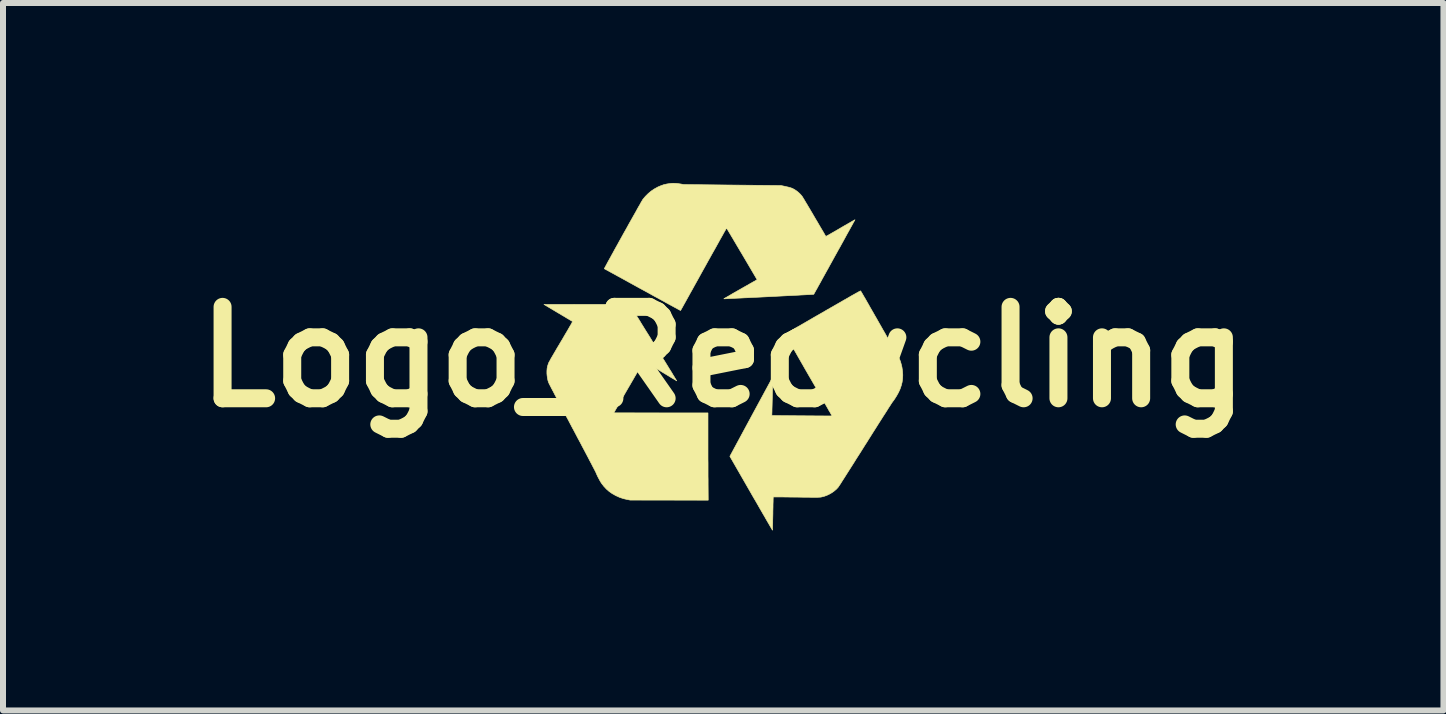
<source format=kicad_pcb>
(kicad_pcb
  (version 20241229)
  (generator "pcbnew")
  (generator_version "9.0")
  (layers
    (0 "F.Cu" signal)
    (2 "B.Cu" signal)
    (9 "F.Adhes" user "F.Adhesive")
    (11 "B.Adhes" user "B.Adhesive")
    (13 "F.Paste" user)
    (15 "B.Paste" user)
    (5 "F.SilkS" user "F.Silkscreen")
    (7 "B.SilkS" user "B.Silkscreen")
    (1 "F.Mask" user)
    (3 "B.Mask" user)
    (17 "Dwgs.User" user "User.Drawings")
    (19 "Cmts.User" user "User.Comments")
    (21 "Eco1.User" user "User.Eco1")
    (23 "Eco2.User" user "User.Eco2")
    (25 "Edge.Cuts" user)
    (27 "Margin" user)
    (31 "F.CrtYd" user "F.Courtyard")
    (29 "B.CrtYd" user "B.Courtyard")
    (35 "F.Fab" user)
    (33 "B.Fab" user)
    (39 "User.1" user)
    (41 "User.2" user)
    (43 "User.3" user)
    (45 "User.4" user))
  (footprint "Logo_Recycling"
    (layer "F.Cu")
    (at 9.006 2.9)
    (property "Reference" "Logo_Recycling" (at 0 0 0) (layer "F.SilkS") (effects (font (size 1.524 1.524) (thickness 0.3))))
    (attr exclude_from_pos_files exclude_from_bom)
    (fp_poly (pts (xy -1.871 -0.876) (xy -1.823 -0.876) (xy -1.779 -0.876) (xy -1.74 -0.875) (xy -1.706 -0.875) (xy -1.676 -0.875) (xy -1.65 -0.875) (xy -1.627 -0.875) (xy -1.608 -0.875) (xy -1.593 -0.874) (xy -1.581 -0.874) (xy -1.572 -0.874) (xy -1.566 -0.873) (xy -1.562 -0.873) (xy -1.56 -0.872) (xy -1.558 -0.869) (xy -1.553 -0.861) (xy -1.545 -0.848) (xy -1.534 -0.83) (xy -1.52 -0.809) (xy -1.504 -0.783) (xy -1.486 -0.754) (xy -1.466 -0.721) (xy -1.444 -0.685) (xy -1.42 -0.647) (xy -1.394 -0.606) (xy -1.368 -0.562) (xy -1.34 -0.517) (xy -1.311 -0.47) (xy -1.281 -0.422) (xy -1.25 -0.373) (xy -1.219 -0.323) (xy -1.188 -0.272) (xy -1.157 -0.221) (xy -1.126 -0.171) (xy -1.095 -0.121) (xy -1.064 -0.071) (xy -1.034 -0.022) (xy -1.005 0.025) (xy -0.976 0.071) (xy -0.949 0.115) (xy -0.923 0.157) (xy -0.899 0.197) (xy -0.876 0.233) (xy -0.855 0.267) (xy -0.837 0.298) (xy -0.82 0.325) (xy -0.806 0.349) (xy -0.794 0.368) (xy -0.785 0.383) (xy -0.779 0.393) (xy -0.776 0.398) (xy -0.775 0.398) (xy -0.778 0.397) (xy -0.786 0.392) (xy -0.798 0.385) (xy -0.815 0.375) (xy -0.836 0.362) (xy -0.861 0.348) (xy -0.888 0.331) (xy -0.919 0.312) (xy -0.952 0.292) (xy -0.987 0.271) (xy -1.024 0.249) (xy -1.049 0.233) (xy -1.087 0.21) (xy -1.124 0.188) (xy -1.158 0.167) (xy -1.191 0.148) (xy -1.22 0.13) (xy -1.247 0.114) (xy -1.27 0.1) (xy -1.29 0.088) (xy -1.305 0.079) (xy -1.316 0.073) (xy -1.322 0.069) (xy -1.324 0.069) (xy -1.325 0.071) (xy -1.33 0.079) (xy -1.338 0.092) (xy -1.348 0.11) (xy -1.361 0.132) (xy -1.376 0.158) (xy -1.393 0.187) (xy -1.412 0.22) (xy -1.433 0.256) (xy -1.456 0.296) (xy -1.48 0.337) (xy -1.505 0.381) (xy -1.532 0.427) (xy -1.559 0.474) (xy -1.575 0.501) (xy -1.824 0.932) (xy -1.039 0.933) (xy -0.254 0.933) (xy -0.254 1.396) (xy -0.254 1.456) (xy -0.254 1.517) (xy -0.254 1.579) (xy -0.254 1.642) (xy -0.254 1.705) (xy -0.253 1.767) (xy -0.253 1.827) (xy -0.253 1.886) (xy -0.253 1.941) (xy -0.253 1.993) (xy -0.252 2.04) (xy -0.252 2.083) (xy -0.252 2.12) (xy -0.252 2.123) (xy -0.25 2.388) (xy -0.897 2.387) (xy -0.961 2.387) (xy -1.023 2.387) (xy -1.083 2.387) (xy -1.141 2.387) (xy -1.197 2.387) (xy -1.249 2.387) (xy -1.298 2.387) (xy -1.344 2.387) (xy -1.387 2.386) (xy -1.425 2.386) (xy -1.458 2.386) (xy -1.487 2.386) (xy -1.512 2.386) (xy -1.53 2.386) (xy -1.544 2.386) (xy -1.551 2.386) (xy -1.553 2.386) (xy -1.608 2.375) (xy -1.66 2.363) (xy -1.71 2.347) (xy -1.734 2.338) (xy -1.793 2.311) (xy -1.848 2.28) (xy -1.9 2.244) (xy -1.947 2.203) (xy -1.989 2.158) (xy -2.028 2.108) (xy -2.048 2.076) (xy -2.059 2.057) (xy -2.071 2.034) (xy -2.084 2.01) (xy -2.096 1.986) (xy -2.107 1.962) (xy -2.116 1.942) (xy -2.122 1.928) (xy -2.124 1.922) (xy -2.13 1.911) (xy -2.138 1.895) (xy -2.149 1.874) (xy -2.163 1.847) (xy -2.179 1.817) (xy -2.197 1.781) (xy -2.218 1.742) (xy -2.241 1.698) (xy -2.266 1.65) (xy -2.293 1.599) (xy -2.322 1.544) (xy -2.353 1.486) (xy -2.385 1.424) (xy -2.42 1.36) (xy -2.455 1.293) (xy -2.492 1.223) (xy -2.517 1.177) (xy -2.55 1.114) (xy -2.583 1.051) (xy -2.616 0.991) (xy -2.647 0.932) (xy -2.677 0.875) (xy -2.706 0.82) (xy -2.733 0.768) (xy -2.759 0.719) (xy -2.784 0.672) (xy -2.807 0.629) (xy -2.827 0.589) (xy -2.846 0.554) (xy -2.863 0.522) (xy -2.877 0.494) (xy -2.889 0.471) (xy -2.899 0.452) (xy -2.905 0.439) (xy -2.909 0.431) (xy -2.91 0.428) (xy -2.922 0.393) (xy -2.93 0.353) (xy -2.936 0.311) (xy -2.939 0.276) (xy -2.939 0.233) (xy -2.936 0.194) (xy -2.929 0.156) (xy -2.917 0.119) (xy -2.909 0.097) (xy -2.905 0.089) (xy -2.898 0.077) (xy -2.888 0.059) (xy -2.876 0.036) (xy -2.86 0.008) (xy -2.841 -0.024) (xy -2.82 -0.06) (xy -2.796 -0.101) (xy -2.77 -0.146) (xy -2.741 -0.194) (xy -2.71 -0.247) (xy -2.702 -0.26) (xy -2.671 -0.312) (xy -2.644 -0.359) (xy -2.619 -0.401) (xy -2.597 -0.438) (xy -2.578 -0.471) (xy -2.562 -0.499) (xy -2.548 -0.523) (xy -2.536 -0.543) (xy -2.527 -0.559) (xy -2.521 -0.572) (xy -2.516 -0.581) (xy -2.513 -0.587) (xy -2.512 -0.59) (xy -2.512 -0.591) (xy -2.515 -0.593) (xy -2.524 -0.598) (xy -2.537 -0.606) (xy -2.554 -0.616) (xy -2.575 -0.629) (xy -2.6 -0.643) (xy -2.627 -0.66) (xy -2.657 -0.678) (xy -2.69 -0.697) (xy -2.724 -0.718) (xy -2.752 -0.734) (xy -2.988 -0.875) (xy -2.276 -0.876) (xy -2.194 -0.876) (xy -2.118 -0.876) (xy -2.048 -0.876) (xy -1.984 -0.876) (xy -1.925 -0.876) (xy -1.871 -0.876)) (stroke (width 0.01) (type solid)) (fill yes) (layer "F.SilkS"))
    (fp_poly (pts (xy -0.804 -2.894) (xy -0.771 -2.892) (xy -0.736 -2.887) (xy -0.709 -2.883) (xy -0.659 -2.874) (xy 0.152 -2.865) (xy 0.964 -2.857) (xy 1.018 -2.846) (xy 1.052 -2.838) (xy 1.081 -2.832) (xy 1.105 -2.825) (xy 1.127 -2.819) (xy 1.146 -2.812) (xy 1.163 -2.804) (xy 1.18 -2.795) (xy 1.198 -2.784) (xy 1.216 -2.772) (xy 1.234 -2.759) (xy 1.254 -2.742) (xy 1.274 -2.724) (xy 1.293 -2.704) (xy 1.309 -2.685) (xy 1.318 -2.673) (xy 1.322 -2.668) (xy 1.328 -2.657) (xy 1.337 -2.642) (xy 1.349 -2.623) (xy 1.363 -2.599) (xy 1.379 -2.572) (xy 1.398 -2.541) (xy 1.417 -2.508) (xy 1.439 -2.472) (xy 1.461 -2.434) (xy 1.485 -2.394) (xy 1.509 -2.352) (xy 1.521 -2.332) (xy 1.545 -2.291) (xy 1.569 -2.251) (xy 1.591 -2.213) (xy 1.612 -2.177) (xy 1.632 -2.143) (xy 1.65 -2.113) (xy 1.666 -2.086) (xy 1.68 -2.062) (xy 1.691 -2.042) (xy 1.7 -2.027) (xy 1.707 -2.016) (xy 1.71 -2.01) (xy 1.711 -2.009) (xy 1.714 -2.011) (xy 1.722 -2.015) (xy 1.735 -2.022) (xy 1.752 -2.031) (xy 1.773 -2.043) (xy 1.797 -2.057) (xy 1.825 -2.073) (xy 1.855 -2.09) (xy 1.888 -2.109) (xy 1.922 -2.129) (xy 1.954 -2.148) (xy 1.99 -2.169) (xy 2.024 -2.189) (xy 2.057 -2.207) (xy 2.087 -2.225) (xy 2.114 -2.24) (xy 2.138 -2.254) (xy 2.158 -2.266) (xy 2.175 -2.275) (xy 2.187 -2.282) (xy 2.194 -2.286) (xy 2.196 -2.287) (xy 2.195 -2.285) (xy 2.191 -2.277) (xy 2.184 -2.264) (xy 2.174 -2.246) (xy 2.162 -2.224) (xy 2.148 -2.198) (xy 2.131 -2.168) (xy 2.113 -2.135) (xy 2.093 -2.099) (xy 2.071 -2.06) (xy 2.048 -2.018) (xy 2.024 -1.974) (xy 1.999 -1.928) (xy 1.973 -1.881) (xy 1.946 -1.832) (xy 1.918 -1.783) (xy 1.89 -1.732) (xy 1.862 -1.682) (xy 1.834 -1.631) (xy 1.806 -1.58) (xy 1.778 -1.53) (xy 1.751 -1.48) (xy 1.724 -1.432) (xy 1.698 -1.385) (xy 1.673 -1.34) (xy 1.649 -1.297) (xy 1.627 -1.256) (xy 1.606 -1.218) (xy 1.586 -1.183) (xy 1.569 -1.151) (xy 1.553 -1.123) (xy 1.539 -1.098) (xy 1.528 -1.078) (xy 1.519 -1.062) (xy 1.513 -1.051) (xy 1.509 -1.045) (xy 1.508 -1.044) (xy 1.505 -1.043) (xy 1.496 -1.043) (xy 1.481 -1.042) (xy 1.461 -1.041) (xy 1.435 -1.039) (xy 1.405 -1.038) (xy 1.371 -1.036) (xy 1.333 -1.034) (xy 1.291 -1.032) (xy 1.246 -1.029) (xy 1.198 -1.027) (xy 1.147 -1.024) (xy 1.094 -1.022) (xy 1.039 -1.019) (xy 0.982 -1.016) (xy 0.924 -1.013) (xy 0.866 -1.01) (xy 0.806 -1.007) (xy 0.746 -1.004) (xy 0.687 -1.001) (xy 0.628 -0.998) (xy 0.569 -0.995) (xy 0.512 -0.993) (xy 0.456 -0.99) (xy 0.402 -0.987) (xy 0.35 -0.985) (xy 0.3 -0.982) (xy 0.253 -0.98) (xy 0.209 -0.978) (xy 0.169 -0.976) (xy 0.132 -0.974) (xy 0.1 -0.973) (xy 0.072 -0.971) (xy 0.049 -0.97) (xy 0.031 -0.97) (xy 0.018 -0.969) (xy 0.012 -0.969) (xy 0.011 -0.969) (xy 0.013 -0.971) (xy 0.02 -0.975) (xy 0.032 -0.983) (xy 0.049 -0.992) (xy 0.069 -1.004) (xy 0.094 -1.018) (xy 0.121 -1.034) (xy 0.151 -1.052) (xy 0.184 -1.071) (xy 0.22 -1.091) (xy 0.256 -1.112) (xy 0.269 -1.119) (xy 0.307 -1.141) (xy 0.344 -1.162) (xy 0.379 -1.182) (xy 0.412 -1.2) (xy 0.442 -1.218) (xy 0.469 -1.233) (xy 0.493 -1.247) (xy 0.513 -1.258) (xy 0.53 -1.267) (xy 0.541 -1.274) (xy 0.547 -1.278) (xy 0.548 -1.278) (xy 0.565 -1.288) (xy 0.312 -1.718) (xy 0.283 -1.766) (xy 0.256 -1.812) (xy 0.229 -1.857) (xy 0.204 -1.9) (xy 0.18 -1.94) (xy 0.158 -1.978) (xy 0.137 -2.012) (xy 0.119 -2.044) (xy 0.102 -2.071) (xy 0.088 -2.095) (xy 0.076 -2.115) (xy 0.066 -2.13) (xy 0.06 -2.141) (xy 0.056 -2.147) (xy 0.055 -2.148) (xy 0.054 -2.145) (xy 0.049 -2.137) (xy 0.041 -2.123) (xy 0.031 -2.105) (xy 0.018 -2.083) (xy 0.003 -2.056) (xy -0.014 -2.025) (xy -0.034 -1.99) (xy -0.056 -1.951) (xy -0.079 -1.909) (xy -0.104 -1.864) (xy -0.131 -1.815) (xy -0.16 -1.764) (xy -0.19 -1.711) (xy -0.221 -1.655) (xy -0.253 -1.598) (xy -0.286 -1.538) (xy -0.32 -1.477) (xy -0.329 -1.461) (xy -0.363 -1.4) (xy -0.396 -1.34) (xy -0.428 -1.282) (xy -0.46 -1.225) (xy -0.49 -1.171) (xy -0.518 -1.12) (xy -0.546 -1.071) (xy -0.571 -1.025) (xy -0.595 -0.982) (xy -0.617 -0.942) (xy -0.637 -0.906) (xy -0.655 -0.874) (xy -0.671 -0.845) (xy -0.684 -0.822) (xy -0.695 -0.802) (xy -0.703 -0.788) (xy -0.709 -0.778) (xy -0.711 -0.774) (xy -0.711 -0.774) (xy -0.714 -0.775) (xy -0.722 -0.779) (xy -0.736 -0.787) (xy -0.754 -0.796) (xy -0.776 -0.809) (xy -0.803 -0.823) (xy -0.834 -0.84) (xy -0.869 -0.859) (xy -0.908 -0.88) (xy -0.95 -0.903) (xy -0.994 -0.928) (xy -1.042 -0.954) (xy -1.092 -0.982) (xy -1.145 -1.01) (xy -1.2 -1.041) (xy -1.256 -1.072) (xy -1.315 -1.104) (xy -1.346 -1.121) (xy -1.405 -1.153) (xy -1.463 -1.185) (xy -1.519 -1.216) (xy -1.572 -1.245) (xy -1.624 -1.274) (xy -1.673 -1.301) (xy -1.72 -1.327) (xy -1.763 -1.35) (xy -1.804 -1.373) (xy -1.841 -1.393) (xy -1.874 -1.411) (xy -1.903 -1.427) (xy -1.928 -1.441) (xy -1.949 -1.452) (xy -1.965 -1.461) (xy -1.976 -1.467) (xy -1.982 -1.47) (xy -1.982 -1.471) (xy -1.981 -1.474) (xy -1.977 -1.482) (xy -1.97 -1.495) (xy -1.961 -1.512) (xy -1.949 -1.534) (xy -1.935 -1.56) (xy -1.919 -1.59) (xy -1.901 -1.622) (xy -1.881 -1.658) (xy -1.86 -1.697) (xy -1.837 -1.738) (xy -1.814 -1.781) (xy -1.789 -1.826) (xy -1.763 -1.872) (xy -1.737 -1.92) (xy -1.71 -1.968) (xy -1.683 -2.017) (xy -1.656 -2.066) (xy -1.628 -2.115) (xy -1.601 -2.163) (xy -1.575 -2.211) (xy -1.549 -2.257) (xy -1.523 -2.303) (xy -1.499 -2.346) (xy -1.475 -2.388) (xy -1.453 -2.427) (xy -1.433 -2.464) (xy -1.414 -2.498) (xy -1.396 -2.528) (xy -1.381 -2.555) (xy -1.368 -2.579) (xy -1.357 -2.597) (xy -1.348 -2.612) (xy -1.343 -2.621) (xy -1.34 -2.626) (xy -1.297 -2.677) (xy -1.251 -2.723) (xy -1.202 -2.764) (xy -1.149 -2.8) (xy -1.094 -2.83) (xy -1.094 -2.831) (xy -1.042 -2.853) (xy -0.992 -2.871) (xy -0.94 -2.883) (xy -0.885 -2.891) (xy -0.87 -2.893) (xy -0.837 -2.895) (xy -0.804 -2.894)) (stroke (width 0.01) (type solid)) (fill yes) (layer "F.SilkS"))
    (fp_poly (pts (xy 2.291 -1.101) (xy 2.293 -1.097) (xy 2.298 -1.089) (xy 2.306 -1.075) (xy 2.317 -1.057) (xy 2.33 -1.034) (xy 2.345 -1.008) (xy 2.363 -0.978) (xy 2.382 -0.945) (xy 2.403 -0.908) (xy 2.425 -0.87) (xy 2.448 -0.828) (xy 2.473 -0.785) (xy 2.499 -0.74) (xy 2.525 -0.694) (xy 2.553 -0.646) (xy 2.58 -0.598) (xy 2.608 -0.549) (xy 2.636 -0.5) (xy 2.663 -0.452) (xy 2.691 -0.404) (xy 2.718 -0.356) (xy 2.744 -0.31) (xy 2.769 -0.266) (xy 2.793 -0.223) (xy 2.816 -0.182) (xy 2.838 -0.144) (xy 2.858 -0.108) (xy 2.877 -0.076) (xy 2.893 -0.047) (xy 2.907 -0.021) (xy 2.919 -0.000129) (xy 2.929 0.017) (xy 2.935 0.029) (xy 2.939 0.037) (xy 2.94 0.039) (xy 2.954 0.075) (xy 2.966 0.116) (xy 2.976 0.156) (xy 2.98 0.174) (xy 2.989 0.239) (xy 2.993 0.301) (xy 2.99 0.362) (xy 2.982 0.422) (xy 2.967 0.48) (xy 2.947 0.538) (xy 2.92 0.596) (xy 2.888 0.653) (xy 2.874 0.674) (xy 2.864 0.691) (xy 2.855 0.704) (xy 2.848 0.715) (xy 2.841 0.725) (xy 2.834 0.734) (xy 2.825 0.745) (xy 2.824 0.746) (xy 2.821 0.751) (xy 2.814 0.761) (xy 2.804 0.776) (xy 2.791 0.796) (xy 2.776 0.82) (xy 2.757 0.848) (xy 2.737 0.881) (xy 2.714 0.917) (xy 2.689 0.956) (xy 2.661 0.999) (xy 2.632 1.045) (xy 2.601 1.093) (xy 2.569 1.144) (xy 2.535 1.198) (xy 2.5 1.253) (xy 2.464 1.31) (xy 2.427 1.369) (xy 2.389 1.43) (xy 2.369 1.46) (xy 2.331 1.521) (xy 2.294 1.58) (xy 2.257 1.638) (xy 2.221 1.694) (xy 2.187 1.749) (xy 2.154 1.801) (xy 2.123 1.85) (xy 2.093 1.897) (xy 2.065 1.941) (xy 2.039 1.982) (xy 2.015 2.02) (xy 1.993 2.054) (xy 1.974 2.084) (xy 1.958 2.11) (xy 1.944 2.131) (xy 1.932 2.148) (xy 1.924 2.161) (xy 1.919 2.168) (xy 1.918 2.17) (xy 1.888 2.203) (xy 1.852 2.234) (xy 1.812 2.263) (xy 1.77 2.287) (xy 1.726 2.308) (xy 1.681 2.324) (xy 1.637 2.335) (xy 1.636 2.335) (xy 1.63 2.336) (xy 1.624 2.337) (xy 1.617 2.338) (xy 1.609 2.338) (xy 1.599 2.339) (xy 1.588 2.339) (xy 1.574 2.34) (xy 1.558 2.34) (xy 1.538 2.34) (xy 1.516 2.34) (xy 1.49 2.34) (xy 1.461 2.34) (xy 1.427 2.339) (xy 1.388 2.339) (xy 1.345 2.339) (xy 1.297 2.338) (xy 1.243 2.337) (xy 1.183 2.337) (xy 1.15 2.336) (xy 1.106 2.336) (xy 1.064 2.335) (xy 1.024 2.335) (xy 0.986 2.334) (xy 0.952 2.334) (xy 0.921 2.334) (xy 0.894 2.334) (xy 0.872 2.334) (xy 0.854 2.334) (xy 0.842 2.334) (xy 0.835 2.334) (xy 0.834 2.334) (xy 0.834 2.337) (xy 0.833 2.346) (xy 0.833 2.361) (xy 0.832 2.381) (xy 0.832 2.405) (xy 0.831 2.433) (xy 0.83 2.465) (xy 0.83 2.5) (xy 0.829 2.537) (xy 0.828 2.577) (xy 0.828 2.611) (xy 0.827 2.652) (xy 0.826 2.692) (xy 0.825 2.729) (xy 0.825 2.763) (xy 0.824 2.794) (xy 0.823 2.822) (xy 0.823 2.845) (xy 0.822 2.864) (xy 0.822 2.878) (xy 0.822 2.886) (xy 0.821 2.888) (xy 0.82 2.886) (xy 0.815 2.878) (xy 0.807 2.865) (xy 0.797 2.847) (xy 0.784 2.825) (xy 0.769 2.799) (xy 0.751 2.768) (xy 0.731 2.734) (xy 0.709 2.696) (xy 0.686 2.655) (xy 0.66 2.611) (xy 0.633 2.564) (xy 0.604 2.514) (xy 0.575 2.463) (xy 0.544 2.409) (xy 0.511 2.353) (xy 0.478 2.296) (xy 0.465 2.273) (xy 0.111 1.657) (xy 0.467 0.997) (xy 0.824 0.338) (xy 0.825 0.365) (xy 0.825 0.372) (xy 0.825 0.385) (xy 0.824 0.403) (xy 0.824 0.427) (xy 0.823 0.454) (xy 0.823 0.486) (xy 0.822 0.52) (xy 0.821 0.558) (xy 0.82 0.598) (xy 0.819 0.64) (xy 0.818 0.683) (xy 0.818 0.684) (xy 0.817 0.727) (xy 0.816 0.767) (xy 0.815 0.806) (xy 0.814 0.841) (xy 0.813 0.874) (xy 0.813 0.902) (xy 0.812 0.927) (xy 0.811 0.947) (xy 0.811 0.963) (xy 0.811 0.973) (xy 0.811 0.977) (xy 0.811 0.977) (xy 0.814 0.977) (xy 0.823 0.977) (xy 0.838 0.977) (xy 0.858 0.977) (xy 0.882 0.978) (xy 0.911 0.978) (xy 0.943 0.978) (xy 0.979 0.979) (xy 1.019 0.979) (xy 1.06 0.979) (xy 1.104 0.98) (xy 1.15 0.98) (xy 1.197 0.98) (xy 1.245 0.981) (xy 1.294 0.981) (xy 1.343 0.981) (xy 1.392 0.982) (xy 1.44 0.982) (xy 1.486 0.982) (xy 1.532 0.983) (xy 1.575 0.983) (xy 1.616 0.983) (xy 1.655 0.983) (xy 1.69 0.984) (xy 1.722 0.984) (xy 1.749 0.984) (xy 1.773 0.984) (xy 1.791 0.984) (xy 1.805 0.984) (xy 1.812 0.984) (xy 1.814 0.984) (xy 1.813 0.981) (xy 1.808 0.973) (xy 1.801 0.96) (xy 1.791 0.942) (xy 1.778 0.919) (xy 1.762 0.893) (xy 1.745 0.862) (xy 1.725 0.827) (xy 1.703 0.789) (xy 1.679 0.747) (xy 1.653 0.702) (xy 1.626 0.654) (xy 1.597 0.603) (xy 1.566 0.55) (xy 1.535 0.495) (xy 1.502 0.438) (xy 1.468 0.379) (xy 1.433 0.319) (xy 1.423 0.302) (xy 1.388 0.241) (xy 1.354 0.182) (xy 1.321 0.124) (xy 1.289 0.068) (xy 1.258 0.014) (xy 1.229 -0.037) (xy 1.201 -0.086) (xy 1.175 -0.131) (xy 1.151 -0.174) (xy 1.128 -0.214) (xy 1.108 -0.249) (xy 1.09 -0.281) (xy 1.074 -0.31) (xy 1.061 -0.333) (xy 1.05 -0.353) (xy 1.042 -0.367) (xy 1.036 -0.377) (xy 1.034 -0.381) (xy 1.034 -0.381) (xy 1.037 -0.383) (xy 1.045 -0.388) (xy 1.059 -0.396) (xy 1.077 -0.406) (xy 1.099 -0.419) (xy 1.126 -0.435) (xy 1.157 -0.453) (xy 1.191 -0.473) (xy 1.229 -0.495) (xy 1.271 -0.518) (xy 1.315 -0.544) (xy 1.362 -0.571) (xy 1.412 -0.6) (xy 1.464 -0.63) (xy 1.518 -0.662) (xy 1.574 -0.694) (xy 1.632 -0.727) (xy 1.662 -0.744) (xy 1.733 -0.786) (xy 1.8 -0.824) (xy 1.861 -0.859) (xy 1.917 -0.891) (xy 1.969 -0.921) (xy 2.015 -0.948) (xy 2.058 -0.972) (xy 2.096 -0.994) (xy 2.13 -1.014) (xy 2.16 -1.031) (xy 2.187 -1.046) (xy 2.21 -1.059) (xy 2.23 -1.07) (xy 2.247 -1.079) (xy 2.26 -1.087) (xy 2.271 -1.092) (xy 2.28 -1.097) (xy 2.286 -1.099) (xy 2.289 -1.101) (xy 2.291 -1.101) (xy 2.291 -1.101)) (stroke (width 0.01) (type solid)) (fill yes) (layer "F.SilkS")))
  (gr_rect
    (start -3 -3)
    (end 21.012 8.793)
    (stroke (width 0.1) (type default))
    (fill no)
    (layer "Edge.Cuts")))
</source>
